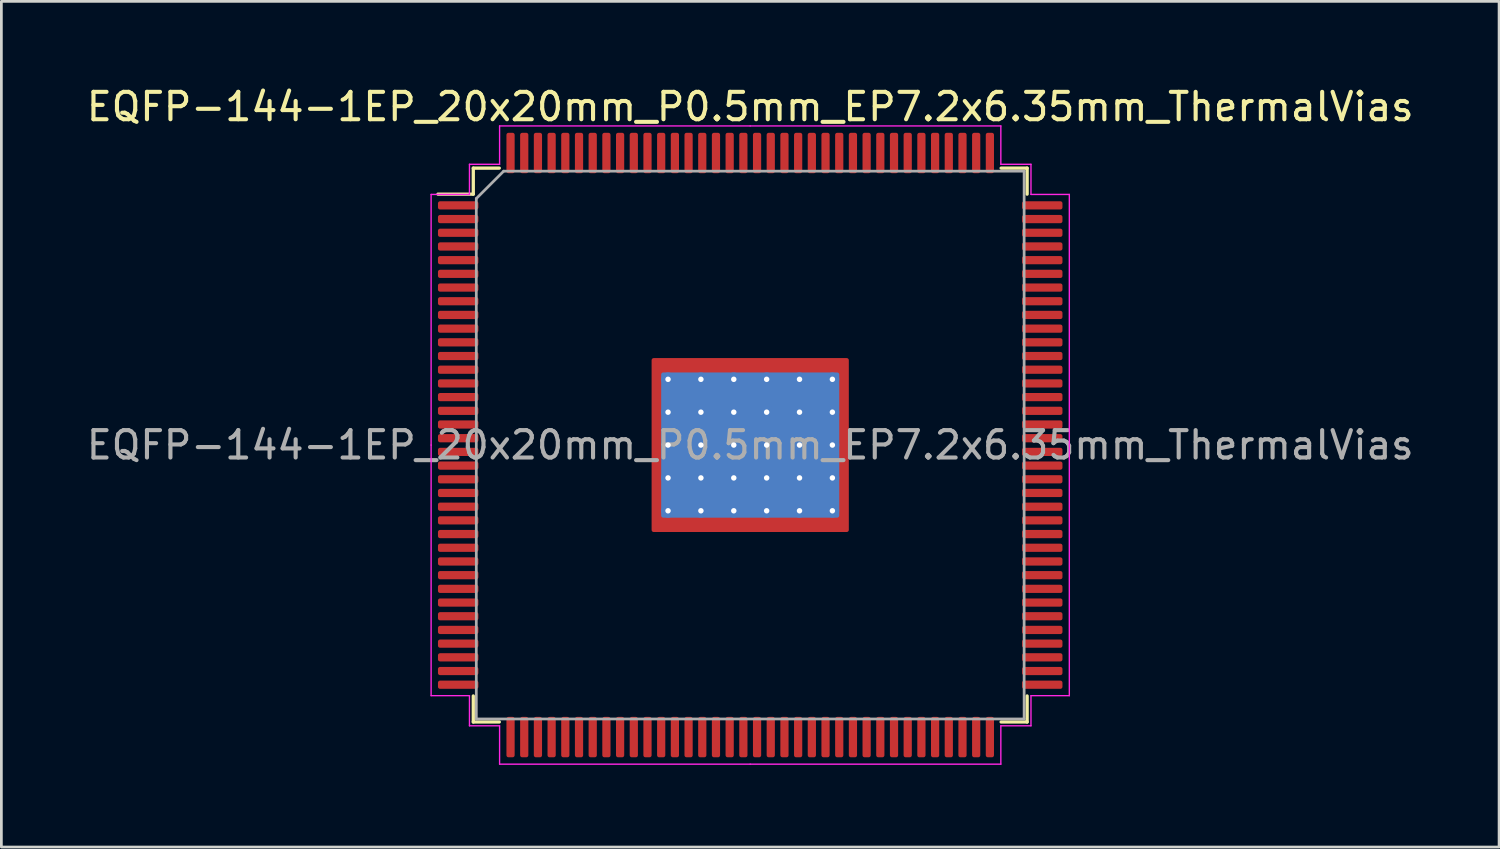
<source format=kicad_pcb>
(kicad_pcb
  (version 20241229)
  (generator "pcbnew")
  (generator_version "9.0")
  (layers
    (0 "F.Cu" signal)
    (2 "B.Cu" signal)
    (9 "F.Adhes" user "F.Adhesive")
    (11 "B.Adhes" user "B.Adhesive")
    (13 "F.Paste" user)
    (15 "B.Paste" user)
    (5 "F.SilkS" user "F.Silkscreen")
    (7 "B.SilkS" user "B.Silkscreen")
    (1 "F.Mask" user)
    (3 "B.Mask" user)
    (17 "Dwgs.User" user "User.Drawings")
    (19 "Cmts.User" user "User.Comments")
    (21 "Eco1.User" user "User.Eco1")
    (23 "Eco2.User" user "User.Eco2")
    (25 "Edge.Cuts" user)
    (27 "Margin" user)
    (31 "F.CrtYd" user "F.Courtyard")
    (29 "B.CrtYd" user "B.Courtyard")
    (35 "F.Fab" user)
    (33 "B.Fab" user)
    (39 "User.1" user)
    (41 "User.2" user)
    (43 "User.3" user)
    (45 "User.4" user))
  (footprint "EQFP-144-1EP_20x20mm_P0.5mm_EP7.2x6.35mm_ThermalVias"
    (layer "F.Cu")
    (at 24.339 13.198)
    (property "Reference" "EQFP-144-1EP_20x20mm_P0.5mm_EP7.2x6.35mm_ThermalVias" (at 0 -12.35 0) (layer "F.SilkS") (effects (font (size 1 1) (thickness 0.15))))
    (attr smd)
    (fp_line (start -10.11 -10.11) (end -10.11 -9.16) (stroke (width 0.12) (type solid)) (layer "F.SilkS"))
    (fp_line (start -10.11 -9.16) (end -11.4 -9.16) (stroke (width 0.12) (type solid)) (layer "F.SilkS"))
    (fp_line (start -10.11 10.11) (end -10.11 9.16) (stroke (width 0.12) (type solid)) (layer "F.SilkS"))
    (fp_line (start -9.16 -10.11) (end -10.11 -10.11) (stroke (width 0.12) (type solid)) (layer "F.SilkS"))
    (fp_line (start -9.16 10.11) (end -10.11 10.11) (stroke (width 0.12) (type solid)) (layer "F.SilkS"))
    (fp_line (start 9.16 -10.11) (end 10.11 -10.11) (stroke (width 0.12) (type solid)) (layer "F.SilkS"))
    (fp_line (start 9.16 10.11) (end 10.11 10.11) (stroke (width 0.12) (type solid)) (layer "F.SilkS"))
    (fp_line (start 10.11 -10.11) (end 10.11 -9.16) (stroke (width 0.12) (type solid)) (layer "F.SilkS"))
    (fp_line (start 10.11 10.11) (end 10.11 9.16) (stroke (width 0.12) (type solid)) (layer "F.SilkS"))
    (fp_line (start -11.65 -9.15) (end -11.65 0) (stroke (width 0.05) (type solid)) (layer "F.CrtYd"))
    (fp_line (start -11.65 9.15) (end -11.65 0) (stroke (width 0.05) (type solid)) (layer "F.CrtYd"))
    (fp_line (start -10.25 -10.25) (end -10.25 -9.15) (stroke (width 0.05) (type solid)) (layer "F.CrtYd"))
    (fp_line (start -10.25 -9.15) (end -11.65 -9.15) (stroke (width 0.05) (type solid)) (layer "F.CrtYd"))
    (fp_line (start -10.25 9.15) (end -11.65 9.15) (stroke (width 0.05) (type solid)) (layer "F.CrtYd"))
    (fp_line (start -10.25 10.25) (end -10.25 9.15) (stroke (width 0.05) (type solid)) (layer "F.CrtYd"))
    (fp_line (start -9.15 -11.65) (end -9.15 -10.25) (stroke (width 0.05) (type solid)) (layer "F.CrtYd"))
    (fp_line (start -9.15 -10.25) (end -10.25 -10.25) (stroke (width 0.05) (type solid)) (layer "F.CrtYd"))
    (fp_line (start -9.15 10.25) (end -10.25 10.25) (stroke (width 0.05) (type solid)) (layer "F.CrtYd"))
    (fp_line (start -9.15 11.65) (end -9.15 10.25) (stroke (width 0.05) (type solid)) (layer "F.CrtYd"))
    (fp_line (start 0 -11.65) (end -9.15 -11.65) (stroke (width 0.05) (type solid)) (layer "F.CrtYd"))
    (fp_line (start 0 -11.65) (end 9.15 -11.65) (stroke (width 0.05) (type solid)) (layer "F.CrtYd"))
    (fp_line (start 0 11.65) (end -9.15 11.65) (stroke (width 0.05) (type solid)) (layer "F.CrtYd"))
    (fp_line (start 0 11.65) (end 9.15 11.65) (stroke (width 0.05) (type solid)) (layer "F.CrtYd"))
    (fp_line (start 9.15 -11.65) (end 9.15 -10.25) (stroke (width 0.05) (type solid)) (layer "F.CrtYd"))
    (fp_line (start 9.15 -10.25) (end 10.25 -10.25) (stroke (width 0.05) (type solid)) (layer "F.CrtYd"))
    (fp_line (start 9.15 10.25) (end 10.25 10.25) (stroke (width 0.05) (type solid)) (layer "F.CrtYd"))
    (fp_line (start 9.15 11.65) (end 9.15 10.25) (stroke (width 0.05) (type solid)) (layer "F.CrtYd"))
    (fp_line (start 10.25 -10.25) (end 10.25 -9.15) (stroke (width 0.05) (type solid)) (layer "F.CrtYd"))
    (fp_line (start 10.25 -9.15) (end 11.65 -9.15) (stroke (width 0.05) (type solid)) (layer "F.CrtYd"))
    (fp_line (start 10.25 9.15) (end 11.65 9.15) (stroke (width 0.05) (type solid)) (layer "F.CrtYd"))
    (fp_line (start 10.25 10.25) (end 10.25 9.15) (stroke (width 0.05) (type solid)) (layer "F.CrtYd"))
    (fp_line (start 11.65 -9.15) (end 11.65 0) (stroke (width 0.05) (type solid)) (layer "F.CrtYd"))
    (fp_line (start 11.65 9.15) (end 11.65 0) (stroke (width 0.05) (type solid)) (layer "F.CrtYd"))
    (fp_line (start -10 -9) (end -9 -10) (stroke (width 0.1) (type solid)) (layer "F.Fab"))
    (fp_line (start -10 10) (end -10 -9) (stroke (width 0.1) (type solid)) (layer "F.Fab"))
    (fp_line (start -9 -10) (end 10 -10) (stroke (width 0.1) (type solid)) (layer "F.Fab"))
    (fp_line (start 10 -10) (end 10 10) (stroke (width 0.1) (type solid)) (layer "F.Fab"))
    (fp_line (start 10 10) (end -10 10) (stroke (width 0.1) (type solid)) (layer "F.Fab"))
    (fp_text user "${REFERENCE}" (at 0 0 0) (layer "F.Fab") (effects (font (size 1 1) (thickness 0.15))))
    (pad "" smd custom (at -3.3 -2.788) (size 0.378 0.378) (layers "F.Paste") (options (anchor circle)) (primitives (gr_poly (pts (xy -0.136 -0.207) (xy 0.136 -0.207) (xy 0.136 0.119) (xy 0.048 0.207) (xy -0.136 0.207)) (width 0.212) (fill yes))))
    (pad "" smd custom (at -3.3 -1.8) (size 0.407 0.407) (layers "F.Paste") (options (anchor circle)) (primitives (gr_poly (pts (xy -0.165 -0.407) (xy 0.102 -0.407) (xy 0.165 -0.344) (xy 0.165 0.344) (xy 0.102 0.407) (xy -0.165 0.407)) (width 0.153) (fill yes))))
    (pad "" smd custom (at -3.3 -0.6) (size 0.407 0.407) (layers "F.Paste") (options (anchor circle)) (primitives (gr_poly (pts (xy -0.165 -0.407) (xy 0.102 -0.407) (xy 0.165 -0.344) (xy 0.165 0.344) (xy 0.102 0.407) (xy -0.165 0.407)) (width 0.153) (fill yes))))
    (pad "" smd custom (at -3.3 0.6) (size 0.407 0.407) (layers "F.Paste") (options (anchor circle)) (primitives (gr_poly (pts (xy -0.165 -0.407) (xy 0.102 -0.407) (xy 0.165 -0.344) (xy 0.165 0.344) (xy 0.102 0.407) (xy -0.165 0.407)) (width 0.153) (fill yes))))
    (pad "" smd custom (at -3.3 1.8) (size 0.407 0.407) (layers "F.Paste") (options (anchor circle)) (primitives (gr_poly (pts (xy -0.165 -0.407) (xy 0.102 -0.407) (xy 0.165 -0.344) (xy 0.165 0.344) (xy 0.102 0.407) (xy -0.165 0.407)) (width 0.153) (fill yes))))
    (pad "" smd custom (at -3.3 2.788) (size 0.378 0.378) (layers "F.Paste") (options (anchor circle)) (primitives (gr_poly (pts (xy -0.136 -0.207) (xy 0.048 -0.207) (xy 0.136 -0.119) (xy 0.136 0.207) (xy -0.136 0.207)) (width 0.212) (fill yes))))
    (pad "" smd roundrect (at -2.4 -2.788) (size 0.967 0.625) (layers "F.Paste") (roundrect_rratio 0.25))
    (pad "" smd roundrect (at -2.4 -1.8) (size 0.967 0.967) (layers "F.Paste") (roundrect_rratio 0.25))
    (pad "" smd roundrect (at -2.4 -0.6) (size 0.967 0.967) (layers "F.Paste") (roundrect_rratio 0.25))
    (pad "" smd roundrect (at -2.4 0.6) (size 0.967 0.967) (layers "F.Paste") (roundrect_rratio 0.25))
    (pad "" smd roundrect (at -2.4 1.8) (size 0.967 0.967) (layers "F.Paste") (roundrect_rratio 0.25))
    (pad "" smd roundrect (at -2.4 2.788) (size 0.967 0.625) (layers "F.Paste") (roundrect_rratio 0.25))
    (pad "" smd roundrect (at -1.2 -2.788) (size 0.967 0.625) (layers "F.Paste") (roundrect_rratio 0.25))
    (pad "" smd roundrect (at -1.2 -1.8) (size 0.967 0.967) (layers "F.Paste") (roundrect_rratio 0.25))
    (pad "" smd roundrect (at -1.2 -0.6) (size 0.967 0.967) (layers "F.Paste") (roundrect_rratio 0.25))
    (pad "" smd roundrect (at -1.2 0.6) (size 0.967 0.967) (layers "F.Paste") (roundrect_rratio 0.25))
    (pad "" smd roundrect (at -1.2 1.8) (size 0.967 0.967) (layers "F.Paste") (roundrect_rratio 0.25))
    (pad "" smd roundrect (at -1.2 2.788) (size 0.967 0.625) (layers "F.Paste") (roundrect_rratio 0.25))
    (pad "" smd roundrect (at 0 -2.788) (size 0.967 0.625) (layers "F.Paste") (roundrect_rratio 0.25))
    (pad "" smd roundrect (at 0 -1.8) (size 0.967 0.967) (layers "F.Paste") (roundrect_rratio 0.25))
    (pad "" smd roundrect (at 0 -0.6) (size 0.967 0.967) (layers "F.Paste") (roundrect_rratio 0.25))
    (pad "" smd roundrect (at 0 0.6) (size 0.967 0.967) (layers "F.Paste") (roundrect_rratio 0.25))
    (pad "" smd roundrect (at 0 1.8) (size 0.967 0.967) (layers "F.Paste") (roundrect_rratio 0.25))
    (pad "" smd roundrect (at 0 2.788) (size 0.967 0.625) (layers "F.Paste") (roundrect_rratio 0.25))
    (pad "" smd roundrect (at 1.2 -2.788) (size 0.967 0.625) (layers "F.Paste") (roundrect_rratio 0.25))
    (pad "" smd roundrect (at 1.2 -1.8) (size 0.967 0.967) (layers "F.Paste") (roundrect_rratio 0.25))
    (pad "" smd roundrect (at 1.2 -0.6) (size 0.967 0.967) (layers "F.Paste") (roundrect_rratio 0.25))
    (pad "" smd roundrect (at 1.2 0.6) (size 0.967 0.967) (layers "F.Paste") (roundrect_rratio 0.25))
    (pad "" smd roundrect (at 1.2 1.8) (size 0.967 0.967) (layers "F.Paste") (roundrect_rratio 0.25))
    (pad "" smd roundrect (at 1.2 2.788) (size 0.967 0.625) (layers "F.Paste") (roundrect_rratio 0.25))
    (pad "" smd roundrect (at 2.4 -2.788) (size 0.967 0.625) (layers "F.Paste") (roundrect_rratio 0.25))
    (pad "" smd roundrect (at 2.4 -1.8) (size 0.967 0.967) (layers "F.Paste") (roundrect_rratio 0.25))
    (pad "" smd roundrect (at 2.4 -0.6) (size 0.967 0.967) (layers "F.Paste") (roundrect_rratio 0.25))
    (pad "" smd roundrect (at 2.4 0.6) (size 0.967 0.967) (layers "F.Paste") (roundrect_rratio 0.25))
    (pad "" smd roundrect (at 2.4 1.8) (size 0.967 0.967) (layers "F.Paste") (roundrect_rratio 0.25))
    (pad "" smd roundrect (at 2.4 2.788) (size 0.967 0.625) (layers "F.Paste") (roundrect_rratio 0.25))
    (pad "" smd custom (at 3.3 -2.788) (size 0.378 0.378) (layers "F.Paste") (options (anchor circle)) (primitives (gr_poly (pts (xy -0.136 -0.207) (xy 0.136 -0.207) (xy 0.136 0.207) (xy -0.048 0.207) (xy -0.136 0.119)) (width 0.212) (fill yes))))
    (pad "" smd custom (at 3.3 -1.8) (size 0.407 0.407) (layers "F.Paste") (options (anchor circle)) (primitives (gr_poly (pts (xy -0.165 -0.344) (xy -0.102 -0.407) (xy 0.165 -0.407) (xy 0.165 0.407) (xy -0.102 0.407) (xy -0.165 0.344)) (width 0.153) (fill yes))))
    (pad "" smd custom (at 3.3 -0.6) (size 0.407 0.407) (layers "F.Paste") (options (anchor circle)) (primitives (gr_poly (pts (xy -0.165 -0.344) (xy -0.102 -0.407) (xy 0.165 -0.407) (xy 0.165 0.407) (xy -0.102 0.407) (xy -0.165 0.344)) (width 0.153) (fill yes))))
    (pad "" smd custom (at 3.3 0.6) (size 0.407 0.407) (layers "F.Paste") (options (anchor circle)) (primitives (gr_poly (pts (xy -0.165 -0.344) (xy -0.102 -0.407) (xy 0.165 -0.407) (xy 0.165 0.407) (xy -0.102 0.407) (xy -0.165 0.344)) (width 0.153) (fill yes))))
    (pad "" smd custom (at 3.3 1.8) (size 0.407 0.407) (layers "F.Paste") (options (anchor circle)) (primitives (gr_poly (pts (xy -0.165 -0.344) (xy -0.102 -0.407) (xy 0.165 -0.407) (xy 0.165 0.407) (xy -0.102 0.407) (xy -0.165 0.344)) (width 0.153) (fill yes))))
    (pad "" smd custom (at 3.3 2.788) (size 0.378 0.378) (layers "F.Paste") (options (anchor circle)) (primitives (gr_poly (pts (xy -0.136 -0.119) (xy -0.048 -0.207) (xy 0.136 -0.207) (xy 0.136 0.207) (xy -0.136 0.207)) (width 0.212) (fill yes))))
    (pad "1" smd roundrect (at -10.662 -8.75) (size 1.475 0.3) (layers "F.Cu" "F.Mask" "F.Paste") (roundrect_rratio 0.25))
    (pad "2" smd roundrect (at -10.662 -8.25) (size 1.475 0.3) (layers "F.Cu" "F.Mask" "F.Paste") (roundrect_rratio 0.25))
    (pad "3" smd roundrect (at -10.662 -7.75) (size 1.475 0.3) (layers "F.Cu" "F.Mask" "F.Paste") (roundrect_rratio 0.25))
    (pad "4" smd roundrect (at -10.662 -7.25) (size 1.475 0.3) (layers "F.Cu" "F.Mask" "F.Paste") (roundrect_rratio 0.25))
    (pad "5" smd roundrect (at -10.662 -6.75) (size 1.475 0.3) (layers "F.Cu" "F.Mask" "F.Paste") (roundrect_rratio 0.25))
    (pad "6" smd roundrect (at -10.662 -6.25) (size 1.475 0.3) (layers "F.Cu" "F.Mask" "F.Paste") (roundrect_rratio 0.25))
    (pad "7" smd roundrect (at -10.662 -5.75) (size 1.475 0.3) (layers "F.Cu" "F.Mask" "F.Paste") (roundrect_rratio 0.25))
    (pad "8" smd roundrect (at -10.662 -5.25) (size 1.475 0.3) (layers "F.Cu" "F.Mask" "F.Paste") (roundrect_rratio 0.25))
    (pad "9" smd roundrect (at -10.662 -4.75) (size 1.475 0.3) (layers "F.Cu" "F.Mask" "F.Paste") (roundrect_rratio 0.25))
    (pad "10" smd roundrect (at -10.662 -4.25) (size 1.475 0.3) (layers "F.Cu" "F.Mask" "F.Paste") (roundrect_rratio 0.25))
    (pad "11" smd roundrect (at -10.662 -3.75) (size 1.475 0.3) (layers "F.Cu" "F.Mask" "F.Paste") (roundrect_rratio 0.25))
    (pad "12" smd roundrect (at -10.662 -3.25) (size 1.475 0.3) (layers "F.Cu" "F.Mask" "F.Paste") (roundrect_rratio 0.25))
    (pad "13" smd roundrect (at -10.662 -2.75) (size 1.475 0.3) (layers "F.Cu" "F.Mask" "F.Paste") (roundrect_rratio 0.25))
    (pad "14" smd roundrect (at -10.662 -2.25) (size 1.475 0.3) (layers "F.Cu" "F.Mask" "F.Paste") (roundrect_rratio 0.25))
    (pad "15" smd roundrect (at -10.662 -1.75) (size 1.475 0.3) (layers "F.Cu" "F.Mask" "F.Paste") (roundrect_rratio 0.25))
    (pad "16" smd roundrect (at -10.662 -1.25) (size 1.475 0.3) (layers "F.Cu" "F.Mask" "F.Paste") (roundrect_rratio 0.25))
    (pad "17" smd roundrect (at -10.662 -0.75) (size 1.475 0.3) (layers "F.Cu" "F.Mask" "F.Paste") (roundrect_rratio 0.25))
    (pad "18" smd roundrect (at -10.662 -0.25) (size 1.475 0.3) (layers "F.Cu" "F.Mask" "F.Paste") (roundrect_rratio 0.25))
    (pad "19" smd roundrect (at -10.662 0.25) (size 1.475 0.3) (layers "F.Cu" "F.Mask" "F.Paste") (roundrect_rratio 0.25))
    (pad "20" smd roundrect (at -10.662 0.75) (size 1.475 0.3) (layers "F.Cu" "F.Mask" "F.Paste") (roundrect_rratio 0.25))
    (pad "21" smd roundrect (at -10.662 1.25) (size 1.475 0.3) (layers "F.Cu" "F.Mask" "F.Paste") (roundrect_rratio 0.25))
    (pad "22" smd roundrect (at -10.662 1.75) (size 1.475 0.3) (layers "F.Cu" "F.Mask" "F.Paste") (roundrect_rratio 0.25))
    (pad "23" smd roundrect (at -10.662 2.25) (size 1.475 0.3) (layers "F.Cu" "F.Mask" "F.Paste") (roundrect_rratio 0.25))
    (pad "24" smd roundrect (at -10.662 2.75) (size 1.475 0.3) (layers "F.Cu" "F.Mask" "F.Paste") (roundrect_rratio 0.25))
    (pad "25" smd roundrect (at -10.662 3.25) (size 1.475 0.3) (layers "F.Cu" "F.Mask" "F.Paste") (roundrect_rratio 0.25))
    (pad "26" smd roundrect (at -10.662 3.75) (size 1.475 0.3) (layers "F.Cu" "F.Mask" "F.Paste") (roundrect_rratio 0.25))
    (pad "27" smd roundrect (at -10.662 4.25) (size 1.475 0.3) (layers "F.Cu" "F.Mask" "F.Paste") (roundrect_rratio 0.25))
    (pad "28" smd roundrect (at -10.662 4.75) (size 1.475 0.3) (layers "F.Cu" "F.Mask" "F.Paste") (roundrect_rratio 0.25))
    (pad "29" smd roundrect (at -10.662 5.25) (size 1.475 0.3) (layers "F.Cu" "F.Mask" "F.Paste") (roundrect_rratio 0.25))
    (pad "30" smd roundrect (at -10.662 5.75) (size 1.475 0.3) (layers "F.Cu" "F.Mask" "F.Paste") (roundrect_rratio 0.25))
    (pad "31" smd roundrect (at -10.662 6.25) (size 1.475 0.3) (layers "F.Cu" "F.Mask" "F.Paste") (roundrect_rratio 0.25))
    (pad "32" smd roundrect (at -10.662 6.75) (size 1.475 0.3) (layers "F.Cu" "F.Mask" "F.Paste") (roundrect_rratio 0.25))
    (pad "33" smd roundrect (at -10.662 7.25) (size 1.475 0.3) (layers "F.Cu" "F.Mask" "F.Paste") (roundrect_rratio 0.25))
    (pad "34" smd roundrect (at -10.662 7.75) (size 1.475 0.3) (layers "F.Cu" "F.Mask" "F.Paste") (roundrect_rratio 0.25))
    (pad "35" smd roundrect (at -10.662 8.25) (size 1.475 0.3) (layers "F.Cu" "F.Mask" "F.Paste") (roundrect_rratio 0.25))
    (pad "36" smd roundrect (at -10.662 8.75) (size 1.475 0.3) (layers "F.Cu" "F.Mask" "F.Paste") (roundrect_rratio 0.25))
    (pad "37" smd roundrect (at -8.75 10.662) (size 0.3 1.475) (layers "F.Cu" "F.Mask" "F.Paste") (roundrect_rratio 0.25))
    (pad "38" smd roundrect (at -8.25 10.662) (size 0.3 1.475) (layers "F.Cu" "F.Mask" "F.Paste") (roundrect_rratio 0.25))
    (pad "39" smd roundrect (at -7.75 10.662) (size 0.3 1.475) (layers "F.Cu" "F.Mask" "F.Paste") (roundrect_rratio 0.25))
    (pad "40" smd roundrect (at -7.25 10.662) (size 0.3 1.475) (layers "F.Cu" "F.Mask" "F.Paste") (roundrect_rratio 0.25))
    (pad "41" smd roundrect (at -6.75 10.662) (size 0.3 1.475) (layers "F.Cu" "F.Mask" "F.Paste") (roundrect_rratio 0.25))
    (pad "42" smd roundrect (at -6.25 10.662) (size 0.3 1.475) (layers "F.Cu" "F.Mask" "F.Paste") (roundrect_rratio 0.25))
    (pad "43" smd roundrect (at -5.75 10.662) (size 0.3 1.475) (layers "F.Cu" "F.Mask" "F.Paste") (roundrect_rratio 0.25))
    (pad "44" smd roundrect (at -5.25 10.662) (size 0.3 1.475) (layers "F.Cu" "F.Mask" "F.Paste") (roundrect_rratio 0.25))
    (pad "45" smd roundrect (at -4.75 10.662) (size 0.3 1.475) (layers "F.Cu" "F.Mask" "F.Paste") (roundrect_rratio 0.25))
    (pad "46" smd roundrect (at -4.25 10.662) (size 0.3 1.475) (layers "F.Cu" "F.Mask" "F.Paste") (roundrect_rratio 0.25))
    (pad "47" smd roundrect (at -3.75 10.662) (size 0.3 1.475) (layers "F.Cu" "F.Mask" "F.Paste") (roundrect_rratio 0.25))
    (pad "48" smd roundrect (at -3.25 10.662) (size 0.3 1.475) (layers "F.Cu" "F.Mask" "F.Paste") (roundrect_rratio 0.25))
    (pad "49" smd roundrect (at -2.75 10.662) (size 0.3 1.475) (layers "F.Cu" "F.Mask" "F.Paste") (roundrect_rratio 0.25))
    (pad "50" smd roundrect (at -2.25 10.662) (size 0.3 1.475) (layers "F.Cu" "F.Mask" "F.Paste") (roundrect_rratio 0.25))
    (pad "51" smd roundrect (at -1.75 10.662) (size 0.3 1.475) (layers "F.Cu" "F.Mask" "F.Paste") (roundrect_rratio 0.25))
    (pad "52" smd roundrect (at -1.25 10.662) (size 0.3 1.475) (layers "F.Cu" "F.Mask" "F.Paste") (roundrect_rratio 0.25))
    (pad "53" smd roundrect (at -0.75 10.662) (size 0.3 1.475) (layers "F.Cu" "F.Mask" "F.Paste") (roundrect_rratio 0.25))
    (pad "54" smd roundrect (at -0.25 10.662) (size 0.3 1.475) (layers "F.Cu" "F.Mask" "F.Paste") (roundrect_rratio 0.25))
    (pad "55" smd roundrect (at 0.25 10.662) (size 0.3 1.475) (layers "F.Cu" "F.Mask" "F.Paste") (roundrect_rratio 0.25))
    (pad "56" smd roundrect (at 0.75 10.662) (size 0.3 1.475) (layers "F.Cu" "F.Mask" "F.Paste") (roundrect_rratio 0.25))
    (pad "57" smd roundrect (at 1.25 10.662) (size 0.3 1.475) (layers "F.Cu" "F.Mask" "F.Paste") (roundrect_rratio 0.25))
    (pad "58" smd roundrect (at 1.75 10.662) (size 0.3 1.475) (layers "F.Cu" "F.Mask" "F.Paste") (roundrect_rratio 0.25))
    (pad "59" smd roundrect (at 2.25 10.662) (size 0.3 1.475) (layers "F.Cu" "F.Mask" "F.Paste") (roundrect_rratio 0.25))
    (pad "60" smd roundrect (at 2.75 10.662) (size 0.3 1.475) (layers "F.Cu" "F.Mask" "F.Paste") (roundrect_rratio 0.25))
    (pad "61" smd roundrect (at 3.25 10.662) (size 0.3 1.475) (layers "F.Cu" "F.Mask" "F.Paste") (roundrect_rratio 0.25))
    (pad "62" smd roundrect (at 3.75 10.662) (size 0.3 1.475) (layers "F.Cu" "F.Mask" "F.Paste") (roundrect_rratio 0.25))
    (pad "63" smd roundrect (at 4.25 10.662) (size 0.3 1.475) (layers "F.Cu" "F.Mask" "F.Paste") (roundrect_rratio 0.25))
    (pad "64" smd roundrect (at 4.75 10.662) (size 0.3 1.475) (layers "F.Cu" "F.Mask" "F.Paste") (roundrect_rratio 0.25))
    (pad "65" smd roundrect (at 5.25 10.662) (size 0.3 1.475) (layers "F.Cu" "F.Mask" "F.Paste") (roundrect_rratio 0.25))
    (pad "66" smd roundrect (at 5.75 10.662) (size 0.3 1.475) (layers "F.Cu" "F.Mask" "F.Paste") (roundrect_rratio 0.25))
    (pad "67" smd roundrect (at 6.25 10.662) (size 0.3 1.475) (layers "F.Cu" "F.Mask" "F.Paste") (roundrect_rratio 0.25))
    (pad "68" smd roundrect (at 6.75 10.662) (size 0.3 1.475) (layers "F.Cu" "F.Mask" "F.Paste") (roundrect_rratio 0.25))
    (pad "69" smd roundrect (at 7.25 10.662) (size 0.3 1.475) (layers "F.Cu" "F.Mask" "F.Paste") (roundrect_rratio 0.25))
    (pad "70" smd roundrect (at 7.75 10.662) (size 0.3 1.475) (layers "F.Cu" "F.Mask" "F.Paste") (roundrect_rratio 0.25))
    (pad "71" smd roundrect (at 8.25 10.662) (size 0.3 1.475) (layers "F.Cu" "F.Mask" "F.Paste") (roundrect_rratio 0.25))
    (pad "72" smd roundrect (at 8.75 10.662) (size 0.3 1.475) (layers "F.Cu" "F.Mask" "F.Paste") (roundrect_rratio 0.25))
    (pad "73" smd roundrect (at 10.662 8.75) (size 1.475 0.3) (layers "F.Cu" "F.Mask" "F.Paste") (roundrect_rratio 0.25))
    (pad "74" smd roundrect (at 10.662 8.25) (size 1.475 0.3) (layers "F.Cu" "F.Mask" "F.Paste") (roundrect_rratio 0.25))
    (pad "75" smd roundrect (at 10.662 7.75) (size 1.475 0.3) (layers "F.Cu" "F.Mask" "F.Paste") (roundrect_rratio 0.25))
    (pad "76" smd roundrect (at 10.662 7.25) (size 1.475 0.3) (layers "F.Cu" "F.Mask" "F.Paste") (roundrect_rratio 0.25))
    (pad "77" smd roundrect (at 10.662 6.75) (size 1.475 0.3) (layers "F.Cu" "F.Mask" "F.Paste") (roundrect_rratio 0.25))
    (pad "78" smd roundrect (at 10.662 6.25) (size 1.475 0.3) (layers "F.Cu" "F.Mask" "F.Paste") (roundrect_rratio 0.25))
    (pad "79" smd roundrect (at 10.662 5.75) (size 1.475 0.3) (layers "F.Cu" "F.Mask" "F.Paste") (roundrect_rratio 0.25))
    (pad "80" smd roundrect (at 10.662 5.25) (size 1.475 0.3) (layers "F.Cu" "F.Mask" "F.Paste") (roundrect_rratio 0.25))
    (pad "81" smd roundrect (at 10.662 4.75) (size 1.475 0.3) (layers "F.Cu" "F.Mask" "F.Paste") (roundrect_rratio 0.25))
    (pad "82" smd roundrect (at 10.662 4.25) (size 1.475 0.3) (layers "F.Cu" "F.Mask" "F.Paste") (roundrect_rratio 0.25))
    (pad "83" smd roundrect (at 10.662 3.75) (size 1.475 0.3) (layers "F.Cu" "F.Mask" "F.Paste") (roundrect_rratio 0.25))
    (pad "84" smd roundrect (at 10.662 3.25) (size 1.475 0.3) (layers "F.Cu" "F.Mask" "F.Paste") (roundrect_rratio 0.25))
    (pad "85" smd roundrect (at 10.662 2.75) (size 1.475 0.3) (layers "F.Cu" "F.Mask" "F.Paste") (roundrect_rratio 0.25))
    (pad "86" smd roundrect (at 10.662 2.25) (size 1.475 0.3) (layers "F.Cu" "F.Mask" "F.Paste") (roundrect_rratio 0.25))
    (pad "87" smd roundrect (at 10.662 1.75) (size 1.475 0.3) (layers "F.Cu" "F.Mask" "F.Paste") (roundrect_rratio 0.25))
    (pad "88" smd roundrect (at 10.662 1.25) (size 1.475 0.3) (layers "F.Cu" "F.Mask" "F.Paste") (roundrect_rratio 0.25))
    (pad "89" smd roundrect (at 10.662 0.75) (size 1.475 0.3) (layers "F.Cu" "F.Mask" "F.Paste") (roundrect_rratio 0.25))
    (pad "90" smd roundrect (at 10.662 0.25) (size 1.475 0.3) (layers "F.Cu" "F.Mask" "F.Paste") (roundrect_rratio 0.25))
    (pad "91" smd roundrect (at 10.662 -0.25) (size 1.475 0.3) (layers "F.Cu" "F.Mask" "F.Paste") (roundrect_rratio 0.25))
    (pad "92" smd roundrect (at 10.662 -0.75) (size 1.475 0.3) (layers "F.Cu" "F.Mask" "F.Paste") (roundrect_rratio 0.25))
    (pad "93" smd roundrect (at 10.662 -1.25) (size 1.475 0.3) (layers "F.Cu" "F.Mask" "F.Paste") (roundrect_rratio 0.25))
    (pad "94" smd roundrect (at 10.662 -1.75) (size 1.475 0.3) (layers "F.Cu" "F.Mask" "F.Paste") (roundrect_rratio 0.25))
    (pad "95" smd roundrect (at 10.662 -2.25) (size 1.475 0.3) (layers "F.Cu" "F.Mask" "F.Paste") (roundrect_rratio 0.25))
    (pad "96" smd roundrect (at 10.662 -2.75) (size 1.475 0.3) (layers "F.Cu" "F.Mask" "F.Paste") (roundrect_rratio 0.25))
    (pad "97" smd roundrect (at 10.662 -3.25) (size 1.475 0.3) (layers "F.Cu" "F.Mask" "F.Paste") (roundrect_rratio 0.25))
    (pad "98" smd roundrect (at 10.662 -3.75) (size 1.475 0.3) (layers "F.Cu" "F.Mask" "F.Paste") (roundrect_rratio 0.25))
    (pad "99" smd roundrect (at 10.662 -4.25) (size 1.475 0.3) (layers "F.Cu" "F.Mask" "F.Paste") (roundrect_rratio 0.25))
    (pad "100" smd roundrect (at 10.662 -4.75) (size 1.475 0.3) (layers "F.Cu" "F.Mask" "F.Paste") (roundrect_rratio 0.25))
    (pad "101" smd roundrect (at 10.662 -5.25) (size 1.475 0.3) (layers "F.Cu" "F.Mask" "F.Paste") (roundrect_rratio 0.25))
    (pad "102" smd roundrect (at 10.662 -5.75) (size 1.475 0.3) (layers "F.Cu" "F.Mask" "F.Paste") (roundrect_rratio 0.25))
    (pad "103" smd roundrect (at 10.662 -6.25) (size 1.475 0.3) (layers "F.Cu" "F.Mask" "F.Paste") (roundrect_rratio 0.25))
    (pad "104" smd roundrect (at 10.662 -6.75) (size 1.475 0.3) (layers "F.Cu" "F.Mask" "F.Paste") (roundrect_rratio 0.25))
    (pad "105" smd roundrect (at 10.662 -7.25) (size 1.475 0.3) (layers "F.Cu" "F.Mask" "F.Paste") (roundrect_rratio 0.25))
    (pad "106" smd roundrect (at 10.662 -7.75) (size 1.475 0.3) (layers "F.Cu" "F.Mask" "F.Paste") (roundrect_rratio 0.25))
    (pad "107" smd roundrect (at 10.662 -8.25) (size 1.475 0.3) (layers "F.Cu" "F.Mask" "F.Paste") (roundrect_rratio 0.25))
    (pad "108" smd roundrect (at 10.662 -8.75) (size 1.475 0.3) (layers "F.Cu" "F.Mask" "F.Paste") (roundrect_rratio 0.25))
    (pad "109" smd roundrect (at 8.75 -10.662) (size 0.3 1.475) (layers "F.Cu" "F.Mask" "F.Paste") (roundrect_rratio 0.25))
    (pad "110" smd roundrect (at 8.25 -10.662) (size 0.3 1.475) (layers "F.Cu" "F.Mask" "F.Paste") (roundrect_rratio 0.25))
    (pad "111" smd roundrect (at 7.75 -10.662) (size 0.3 1.475) (layers "F.Cu" "F.Mask" "F.Paste") (roundrect_rratio 0.25))
    (pad "112" smd roundrect (at 7.25 -10.662) (size 0.3 1.475) (layers "F.Cu" "F.Mask" "F.Paste") (roundrect_rratio 0.25))
    (pad "113" smd roundrect (at 6.75 -10.662) (size 0.3 1.475) (layers "F.Cu" "F.Mask" "F.Paste") (roundrect_rratio 0.25))
    (pad "114" smd roundrect (at 6.25 -10.662) (size 0.3 1.475) (layers "F.Cu" "F.Mask" "F.Paste") (roundrect_rratio 0.25))
    (pad "115" smd roundrect (at 5.75 -10.662) (size 0.3 1.475) (layers "F.Cu" "F.Mask" "F.Paste") (roundrect_rratio 0.25))
    (pad "116" smd roundrect (at 5.25 -10.662) (size 0.3 1.475) (layers "F.Cu" "F.Mask" "F.Paste") (roundrect_rratio 0.25))
    (pad "117" smd roundrect (at 4.75 -10.662) (size 0.3 1.475) (layers "F.Cu" "F.Mask" "F.Paste") (roundrect_rratio 0.25))
    (pad "118" smd roundrect (at 4.25 -10.662) (size 0.3 1.475) (layers "F.Cu" "F.Mask" "F.Paste") (roundrect_rratio 0.25))
    (pad "119" smd roundrect (at 3.75 -10.662) (size 0.3 1.475) (layers "F.Cu" "F.Mask" "F.Paste") (roundrect_rratio 0.25))
    (pad "120" smd roundrect (at 3.25 -10.662) (size 0.3 1.475) (layers "F.Cu" "F.Mask" "F.Paste") (roundrect_rratio 0.25))
    (pad "121" smd roundrect (at 2.75 -10.662) (size 0.3 1.475) (layers "F.Cu" "F.Mask" "F.Paste") (roundrect_rratio 0.25))
    (pad "122" smd roundrect (at 2.25 -10.662) (size 0.3 1.475) (layers "F.Cu" "F.Mask" "F.Paste") (roundrect_rratio 0.25))
    (pad "123" smd roundrect (at 1.75 -10.662) (size 0.3 1.475) (layers "F.Cu" "F.Mask" "F.Paste") (roundrect_rratio 0.25))
    (pad "124" smd roundrect (at 1.25 -10.662) (size 0.3 1.475) (layers "F.Cu" "F.Mask" "F.Paste") (roundrect_rratio 0.25))
    (pad "125" smd roundrect (at 0.75 -10.662) (size 0.3 1.475) (layers "F.Cu" "F.Mask" "F.Paste") (roundrect_rratio 0.25))
    (pad "126" smd roundrect (at 0.25 -10.662) (size 0.3 1.475) (layers "F.Cu" "F.Mask" "F.Paste") (roundrect_rratio 0.25))
    (pad "127" smd roundrect (at -0.25 -10.662) (size 0.3 1.475) (layers "F.Cu" "F.Mask" "F.Paste") (roundrect_rratio 0.25))
    (pad "128" smd roundrect (at -0.75 -10.662) (size 0.3 1.475) (layers "F.Cu" "F.Mask" "F.Paste") (roundrect_rratio 0.25))
    (pad "129" smd roundrect (at -1.25 -10.662) (size 0.3 1.475) (layers "F.Cu" "F.Mask" "F.Paste") (roundrect_rratio 0.25))
    (pad "130" smd roundrect (at -1.75 -10.662) (size 0.3 1.475) (layers "F.Cu" "F.Mask" "F.Paste") (roundrect_rratio 0.25))
    (pad "131" smd roundrect (at -2.25 -10.662) (size 0.3 1.475) (layers "F.Cu" "F.Mask" "F.Paste") (roundrect_rratio 0.25))
    (pad "132" smd roundrect (at -2.75 -10.662) (size 0.3 1.475) (layers "F.Cu" "F.Mask" "F.Paste") (roundrect_rratio 0.25))
    (pad "133" smd roundrect (at -3.25 -10.662) (size 0.3 1.475) (layers "F.Cu" "F.Mask" "F.Paste") (roundrect_rratio 0.25))
    (pad "134" smd roundrect (at -3.75 -10.662) (size 0.3 1.475) (layers "F.Cu" "F.Mask" "F.Paste") (roundrect_rratio 0.25))
    (pad "135" smd roundrect (at -4.25 -10.662) (size 0.3 1.475) (layers "F.Cu" "F.Mask" "F.Paste") (roundrect_rratio 0.25))
    (pad "136" smd roundrect (at -4.75 -10.662) (size 0.3 1.475) (layers "F.Cu" "F.Mask" "F.Paste") (roundrect_rratio 0.25))
    (pad "137" smd roundrect (at -5.25 -10.662) (size 0.3 1.475) (layers "F.Cu" "F.Mask" "F.Paste") (roundrect_rratio 0.25))
    (pad "138" smd roundrect (at -5.75 -10.662) (size 0.3 1.475) (layers "F.Cu" "F.Mask" "F.Paste") (roundrect_rratio 0.25))
    (pad "139" smd roundrect (at -6.25 -10.662) (size 0.3 1.475) (layers "F.Cu" "F.Mask" "F.Paste") (roundrect_rratio 0.25))
    (pad "140" smd roundrect (at -6.75 -10.662) (size 0.3 1.475) (layers "F.Cu" "F.Mask" "F.Paste") (roundrect_rratio 0.25))
    (pad "141" smd roundrect (at -7.25 -10.662) (size 0.3 1.475) (layers "F.Cu" "F.Mask" "F.Paste") (roundrect_rratio 0.25))
    (pad "142" smd roundrect (at -7.75 -10.662) (size 0.3 1.475) (layers "F.Cu" "F.Mask" "F.Paste") (roundrect_rratio 0.25))
    (pad "143" smd roundrect (at -8.25 -10.662) (size 0.3 1.475) (layers "F.Cu" "F.Mask" "F.Paste") (roundrect_rratio 0.25))
    (pad "144" smd roundrect (at -8.75 -10.662) (size 0.3 1.475) (layers "F.Cu" "F.Mask" "F.Paste") (roundrect_rratio 0.25))
    (pad "145" thru_hole circle (at -3 -2.4) (size 0.5 0.5) (drill 0.2) (layers "*.Cu"))
    (pad "145" thru_hole circle (at -3 -1.2) (size 0.5 0.5) (drill 0.2) (layers "*.Cu"))
    (pad "145" thru_hole circle (at -3 0) (size 0.5 0.5) (drill 0.2) (layers "*.Cu"))
    (pad "145" thru_hole circle (at -3 1.2) (size 0.5 0.5) (drill 0.2) (layers "*.Cu"))
    (pad "145" thru_hole circle (at -3 2.4) (size 0.5 0.5) (drill 0.2) (layers "*.Cu"))
    (pad "145" thru_hole circle (at -1.8 -2.4) (size 0.5 0.5) (drill 0.2) (layers "*.Cu"))
    (pad "145" thru_hole circle (at -1.8 -1.2) (size 0.5 0.5) (drill 0.2) (layers "*.Cu"))
    (pad "145" thru_hole circle (at -1.8 0) (size 0.5 0.5) (drill 0.2) (layers "*.Cu"))
    (pad "145" thru_hole circle (at -1.8 1.2) (size 0.5 0.5) (drill 0.2) (layers "*.Cu"))
    (pad "145" thru_hole circle (at -1.8 2.4) (size 0.5 0.5) (drill 0.2) (layers "*.Cu"))
    (pad "145" thru_hole circle (at -0.6 -2.4) (size 0.5 0.5) (drill 0.2) (layers "*.Cu"))
    (pad "145" thru_hole circle (at -0.6 -1.2) (size 0.5 0.5) (drill 0.2) (layers "*.Cu"))
    (pad "145" thru_hole circle (at -0.6 0) (size 0.5 0.5) (drill 0.2) (layers "*.Cu"))
    (pad "145" thru_hole circle (at -0.6 1.2) (size 0.5 0.5) (drill 0.2) (layers "*.Cu"))
    (pad "145" thru_hole circle (at -0.6 2.4) (size 0.5 0.5) (drill 0.2) (layers "*.Cu"))
    (pad "145" smd roundrect (at 0 0) (size 6.5 5.3) (layers "B.Cu") (roundrect_rratio 0.014))
    (pad "145" smd roundrect (at 0 0) (size 7.2 6.35) (layers "F.Cu" "F.Mask") (roundrect_rratio 0.012))
    (pad "145" thru_hole circle (at 0.6 -2.4) (size 0.5 0.5) (drill 0.2) (layers "*.Cu"))
    (pad "145" thru_hole circle (at 0.6 -1.2) (size 0.5 0.5) (drill 0.2) (layers "*.Cu"))
    (pad "145" thru_hole circle (at 0.6 0) (size 0.5 0.5) (drill 0.2) (layers "*.Cu"))
    (pad "145" thru_hole circle (at 0.6 1.2) (size 0.5 0.5) (drill 0.2) (layers "*.Cu"))
    (pad "145" thru_hole circle (at 0.6 2.4) (size 0.5 0.5) (drill 0.2) (layers "*.Cu"))
    (pad "145" thru_hole circle (at 1.8 -2.4) (size 0.5 0.5) (drill 0.2) (layers "*.Cu"))
    (pad "145" thru_hole circle (at 1.8 -1.2) (size 0.5 0.5) (drill 0.2) (layers "*.Cu"))
    (pad "145" thru_hole circle (at 1.8 0) (size 0.5 0.5) (drill 0.2) (layers "*.Cu"))
    (pad "145" thru_hole circle (at 1.8 1.2) (size 0.5 0.5) (drill 0.2) (layers "*.Cu"))
    (pad "145" thru_hole circle (at 1.8 2.4) (size 0.5 0.5) (drill 0.2) (layers "*.Cu"))
    (pad "145" thru_hole circle (at 3 -2.4) (size 0.5 0.5) (drill 0.2) (layers "*.Cu"))
    (pad "145" thru_hole circle (at 3 -1.2) (size 0.5 0.5) (drill 0.2) (layers "*.Cu"))
    (pad "145" thru_hole circle (at 3 0) (size 0.5 0.5) (drill 0.2) (layers "*.Cu"))
    (pad "145" thru_hole circle (at 3 1.2) (size 0.5 0.5) (drill 0.2) (layers "*.Cu"))
    (pad "145" thru_hole circle (at 3 2.4) (size 0.5 0.5) (drill 0.2) (layers "*.Cu")))
  (gr_rect
    (start -3 -3)
    (end 51.679 27.873)
    (stroke (width 0.1) (type default))
    (fill no)
    (layer "Edge.Cuts")))
</source>
